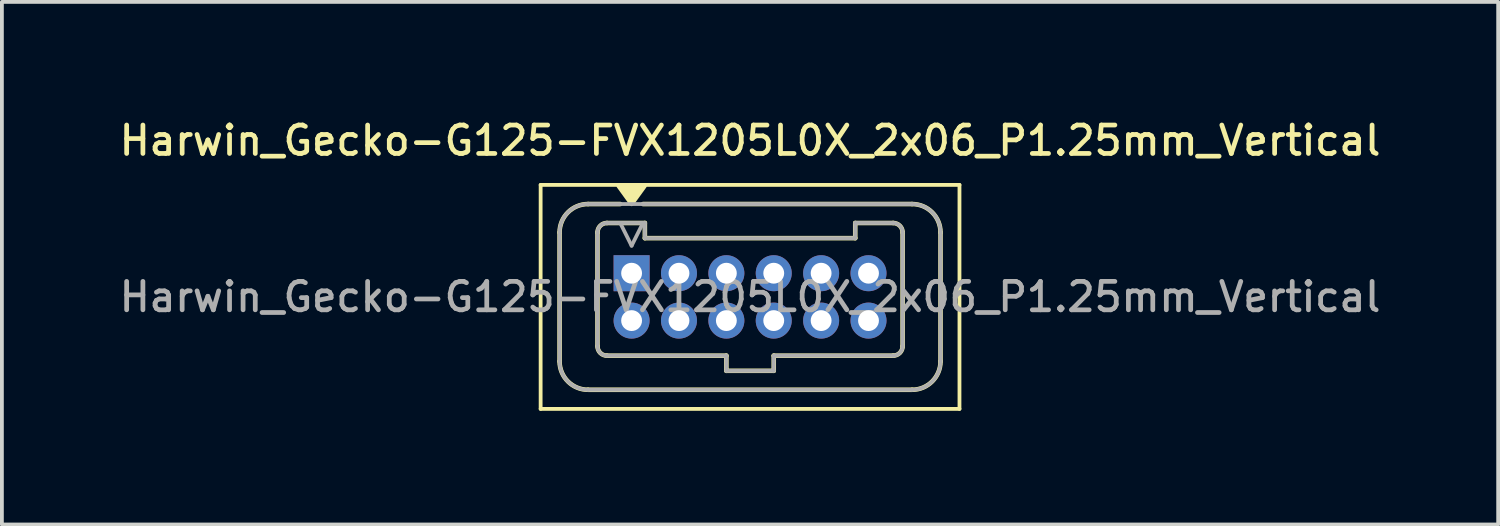
<source format=kicad_pcb>
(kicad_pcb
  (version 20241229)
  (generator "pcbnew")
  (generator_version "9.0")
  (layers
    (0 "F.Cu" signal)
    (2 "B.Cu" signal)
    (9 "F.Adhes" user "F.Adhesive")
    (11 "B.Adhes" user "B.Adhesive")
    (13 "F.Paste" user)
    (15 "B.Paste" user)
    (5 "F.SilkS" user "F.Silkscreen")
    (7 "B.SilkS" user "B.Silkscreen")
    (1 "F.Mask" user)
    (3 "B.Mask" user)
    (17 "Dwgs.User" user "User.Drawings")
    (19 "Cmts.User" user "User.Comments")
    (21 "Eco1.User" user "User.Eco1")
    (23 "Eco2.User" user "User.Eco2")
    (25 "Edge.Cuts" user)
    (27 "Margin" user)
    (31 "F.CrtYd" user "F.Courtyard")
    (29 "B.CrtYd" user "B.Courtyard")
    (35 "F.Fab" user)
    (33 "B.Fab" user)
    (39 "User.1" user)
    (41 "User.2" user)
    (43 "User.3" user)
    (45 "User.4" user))
  (footprint "Harwin_Gecko-G125-FVX1205L0X_2x06_P1.25mm_Vertical"
    (layer "F.Cu")
    (at 13.613 4.158)
    (property "Reference" "Harwin_Gecko-G125-FVX1205L0X_2x06_P1.25mm_Vertical" (at 3.125 -3.5 0) (layer "F.SilkS") (effects (font (size 0.75 0.75) (thickness 0.125))))
    (attr through_hole)
    (fp_line (start -2.4 -2.33) (end -2.4 3.58) (stroke (width 0.1) (type solid)) (layer "F.SilkS"))
    (fp_line (start -2.4 3.58) (end 8.65 3.58) (stroke (width 0.1) (type solid)) (layer "F.SilkS"))
    (fp_line (start -1.9 -1.075) (end -1.9 2.325) (stroke (width 0.12) (type solid)) (layer "F.SilkS"))
    (fp_line (start -1.15 -1.825) (end -0.3 -1.825) (stroke (width 0.12) (type solid)) (layer "F.SilkS"))
    (fp_line (start -1.15 3.075) (end 7.4 3.075) (stroke (width 0.12) (type solid)) (layer "F.SilkS"))
    (fp_line (start -0.9 -1.075) (end -0.9 1.925) (stroke (width 0.12) (type solid)) (layer "F.SilkS"))
    (fp_line (start -0.65 -1.325) (end 0.35 -1.325) (stroke (width 0.12) (type solid)) (layer "F.SilkS"))
    (fp_line (start -0.65 2.175) (end 2.5 2.175) (stroke (width 0.12) (type solid)) (layer "F.SilkS"))
    (fp_line (start 0.3 -1.825) (end 7.4 -1.825) (stroke (width 0.12) (type solid)) (layer "F.SilkS"))
    (fp_line (start 0.35 -1.325) (end 0.35 -0.925) (stroke (width 0.12) (type solid)) (layer "F.SilkS"))
    (fp_line (start 0.35 -0.925) (end 5.9 -0.925) (stroke (width 0.12) (type solid)) (layer "F.SilkS"))
    (fp_line (start 2.5 2.175) (end 2.5 2.575) (stroke (width 0.12) (type solid)) (layer "F.SilkS"))
    (fp_line (start 2.5 2.575) (end 3.75 2.575) (stroke (width 0.12) (type solid)) (layer "F.SilkS"))
    (fp_line (start 3.75 2.175) (end 6.9 2.175) (stroke (width 0.12) (type solid)) (layer "F.SilkS"))
    (fp_line (start 3.75 2.575) (end 3.75 2.175) (stroke (width 0.12) (type solid)) (layer "F.SilkS"))
    (fp_line (start 5.9 -1.325) (end 6.9 -1.325) (stroke (width 0.12) (type solid)) (layer "F.SilkS"))
    (fp_line (start 5.9 -0.925) (end 5.9 -1.325) (stroke (width 0.12) (type solid)) (layer "F.SilkS"))
    (fp_line (start 7.15 -1.075) (end 7.15 1.925) (stroke (width 0.12) (type solid)) (layer "F.SilkS"))
    (fp_line (start 8.15 -1.075) (end 8.15 2.325) (stroke (width 0.12) (type solid)) (layer "F.SilkS"))
    (fp_line (start 8.65 -2.33) (end -2.4 -2.33) (stroke (width 0.1) (type solid)) (layer "F.SilkS"))
    (fp_line (start 8.65 3.58) (end 8.65 -2.33) (stroke (width 0.1) (type solid)) (layer "F.SilkS"))
    (fp_arc (start -1.9 -1.075) (mid -1.68033 -1.60533) (end -1.15 -1.825) (stroke (width 0.12) (type solid)) (layer "F.SilkS"))
    (fp_arc (start -1.15 3.075) (mid -1.68033 2.85533) (end -1.9 2.325) (stroke (width 0.12) (type solid)) (layer "F.SilkS"))
    (fp_arc (start -0.9 -1.075) (mid -0.826777 -1.251777) (end -0.65 -1.325) (stroke (width 0.12) (type solid)) (layer "F.SilkS"))
    (fp_arc (start -0.65 2.175) (mid -0.826777 2.101777) (end -0.9 1.925) (stroke (width 0.12) (type solid)) (layer "F.SilkS"))
    (fp_arc (start 6.9 -1.325) (mid 7.076777 -1.251777) (end 7.15 -1.075) (stroke (width 0.12) (type solid)) (layer "F.SilkS"))
    (fp_arc (start 7.15 1.925) (mid 7.076777 2.101777) (end 6.9 2.175) (stroke (width 0.12) (type solid)) (layer "F.SilkS"))
    (fp_arc (start 7.4 -1.825) (mid 7.93033 -1.60533) (end 8.15 -1.075) (stroke (width 0.12) (type solid)) (layer "F.SilkS"))
    (fp_arc (start 8.15 2.325) (mid 7.93033 2.85533) (end 7.4 3.075) (stroke (width 0.12) (type solid)) (layer "F.SilkS"))
    (fp_poly (pts (xy 0 -1.83) (xy -0.34 -2.3) (xy 0.34 -2.3) (xy 0 -1.83)) (stroke (width 0.12) (type solid)) (fill yes) (layer "F.SilkS"))
    (fp_line (start -1.9 -1.075) (end -1.9 2.325) (stroke (width 0.1) (type solid)) (layer "F.Fab"))
    (fp_line (start -1.15 -1.825) (end 7.4 -1.825) (stroke (width 0.1) (type solid)) (layer "F.Fab"))
    (fp_line (start -1.15 3.075) (end 7.4 3.075) (stroke (width 0.1) (type solid)) (layer "F.Fab"))
    (fp_line (start -0.9 -1.075) (end -0.9 1.925) (stroke (width 0.1) (type solid)) (layer "F.Fab"))
    (fp_line (start -0.65 -1.325) (end 0.35 -1.325) (stroke (width 0.1) (type solid)) (layer "F.Fab"))
    (fp_line (start -0.65 2.175) (end 2.5 2.175) (stroke (width 0.1) (type solid)) (layer "F.Fab"))
    (fp_line (start 0 -0.725) (end -0.3 -1.325) (stroke (width 0.1) (type solid)) (layer "F.Fab"))
    (fp_line (start 0.3 -1.325) (end 0 -0.725) (stroke (width 0.1) (type solid)) (layer "F.Fab"))
    (fp_line (start 0.35 -1.325) (end 0.35 -0.925) (stroke (width 0.1) (type solid)) (layer "F.Fab"))
    (fp_line (start 0.35 -0.925) (end 5.9 -0.925) (stroke (width 0.1) (type solid)) (layer "F.Fab"))
    (fp_line (start 2.5 2.175) (end 2.5 2.575) (stroke (width 0.1) (type solid)) (layer "F.Fab"))
    (fp_line (start 2.5 2.575) (end 3.75 2.575) (stroke (width 0.1) (type solid)) (layer "F.Fab"))
    (fp_line (start 3.75 2.175) (end 6.9 2.175) (stroke (width 0.1) (type solid)) (layer "F.Fab"))
    (fp_line (start 3.75 2.575) (end 3.75 2.175) (stroke (width 0.1) (type solid)) (layer "F.Fab"))
    (fp_line (start 5.9 -1.325) (end 6.9 -1.325) (stroke (width 0.1) (type solid)) (layer "F.Fab"))
    (fp_line (start 5.9 -0.925) (end 5.9 -1.325) (stroke (width 0.1) (type solid)) (layer "F.Fab"))
    (fp_line (start 7.15 -1.075) (end 7.15 1.925) (stroke (width 0.1) (type solid)) (layer "F.Fab"))
    (fp_line (start 8.15 -1.075) (end 8.15 2.325) (stroke (width 0.1) (type solid)) (layer "F.Fab"))
    (fp_arc (start -1.9 -1.075) (mid -1.68033 -1.60533) (end -1.15 -1.825) (stroke (width 0.1) (type solid)) (layer "F.Fab"))
    (fp_arc (start -1.15 3.075) (mid -1.68033 2.85533) (end -1.9 2.325) (stroke (width 0.1) (type solid)) (layer "F.Fab"))
    (fp_arc (start -0.9 -1.075) (mid -0.826777 -1.251777) (end -0.65 -1.325) (stroke (width 0.1) (type solid)) (layer "F.Fab"))
    (fp_arc (start -0.65 2.175) (mid -0.826777 2.101777) (end -0.9 1.925) (stroke (width 0.1) (type solid)) (layer "F.Fab"))
    (fp_arc (start 6.9 -1.325) (mid 7.076777 -1.251777) (end 7.15 -1.075) (stroke (width 0.1) (type solid)) (layer "F.Fab"))
    (fp_arc (start 7.15 1.925) (mid 7.076777 2.101777) (end 6.9 2.175) (stroke (width 0.1) (type solid)) (layer "F.Fab"))
    (fp_arc (start 7.4 -1.825) (mid 7.93033 -1.60533) (end 8.15 -1.075) (stroke (width 0.1) (type solid)) (layer "F.Fab"))
    (fp_arc (start 8.15 2.325) (mid 7.93033 2.85533) (end 7.4 3.075) (stroke (width 0.1) (type solid)) (layer "F.Fab"))
    (fp_text user "${REFERENCE}" (at 3.125 0.625 0) (layer "F.Fab") (effects (font (size 0.75 0.75) (thickness 0.125))))
    (pad "1" thru_hole rect (at 0 0) (size 0.95 0.95) (drill 0.55) (layers "*.Cu" "*.Mask"))
    (pad "2" thru_hole circle (at 1.25 0) (size 0.95 0.95) (drill 0.55) (layers "*.Cu" "*.Mask"))
    (pad "3" thru_hole circle (at 2.5 0) (size 0.95 0.95) (drill 0.55) (layers "*.Cu" "*.Mask"))
    (pad "4" thru_hole circle (at 3.75 0) (size 0.95 0.95) (drill 0.55) (layers "*.Cu" "*.Mask"))
    (pad "5" thru_hole circle (at 5 0) (size 0.95 0.95) (drill 0.55) (layers "*.Cu" "*.Mask"))
    (pad "6" thru_hole circle (at 6.25 0) (size 0.95 0.95) (drill 0.55) (layers "*.Cu" "*.Mask"))
    (pad "7" thru_hole circle (at 0 1.25) (size 0.95 0.95) (drill 0.55) (layers "*.Cu" "*.Mask"))
    (pad "8" thru_hole circle (at 1.25 1.25) (size 0.95 0.95) (drill 0.55) (layers "*.Cu" "*.Mask"))
    (pad "9" thru_hole circle (at 2.5 1.25) (size 0.95 0.95) (drill 0.55) (layers "*.Cu" "*.Mask"))
    (pad "10" thru_hole circle (at 3.75 1.25) (size 0.95 0.95) (drill 0.55) (layers "*.Cu" "*.Mask"))
    (pad "11" thru_hole circle (at 5 1.25) (size 0.95 0.95) (drill 0.55) (layers "*.Cu" "*.Mask"))
    (pad "12" thru_hole circle (at 6.25 1.25) (size 0.95 0.95) (drill 0.55) (layers "*.Cu" "*.Mask")))
  (gr_rect
    (start -3 -3)
    (end 36.475 10.788)
    (stroke (width 0.1) (type default))
    (fill no)
    (layer "Edge.Cuts")))
</source>
